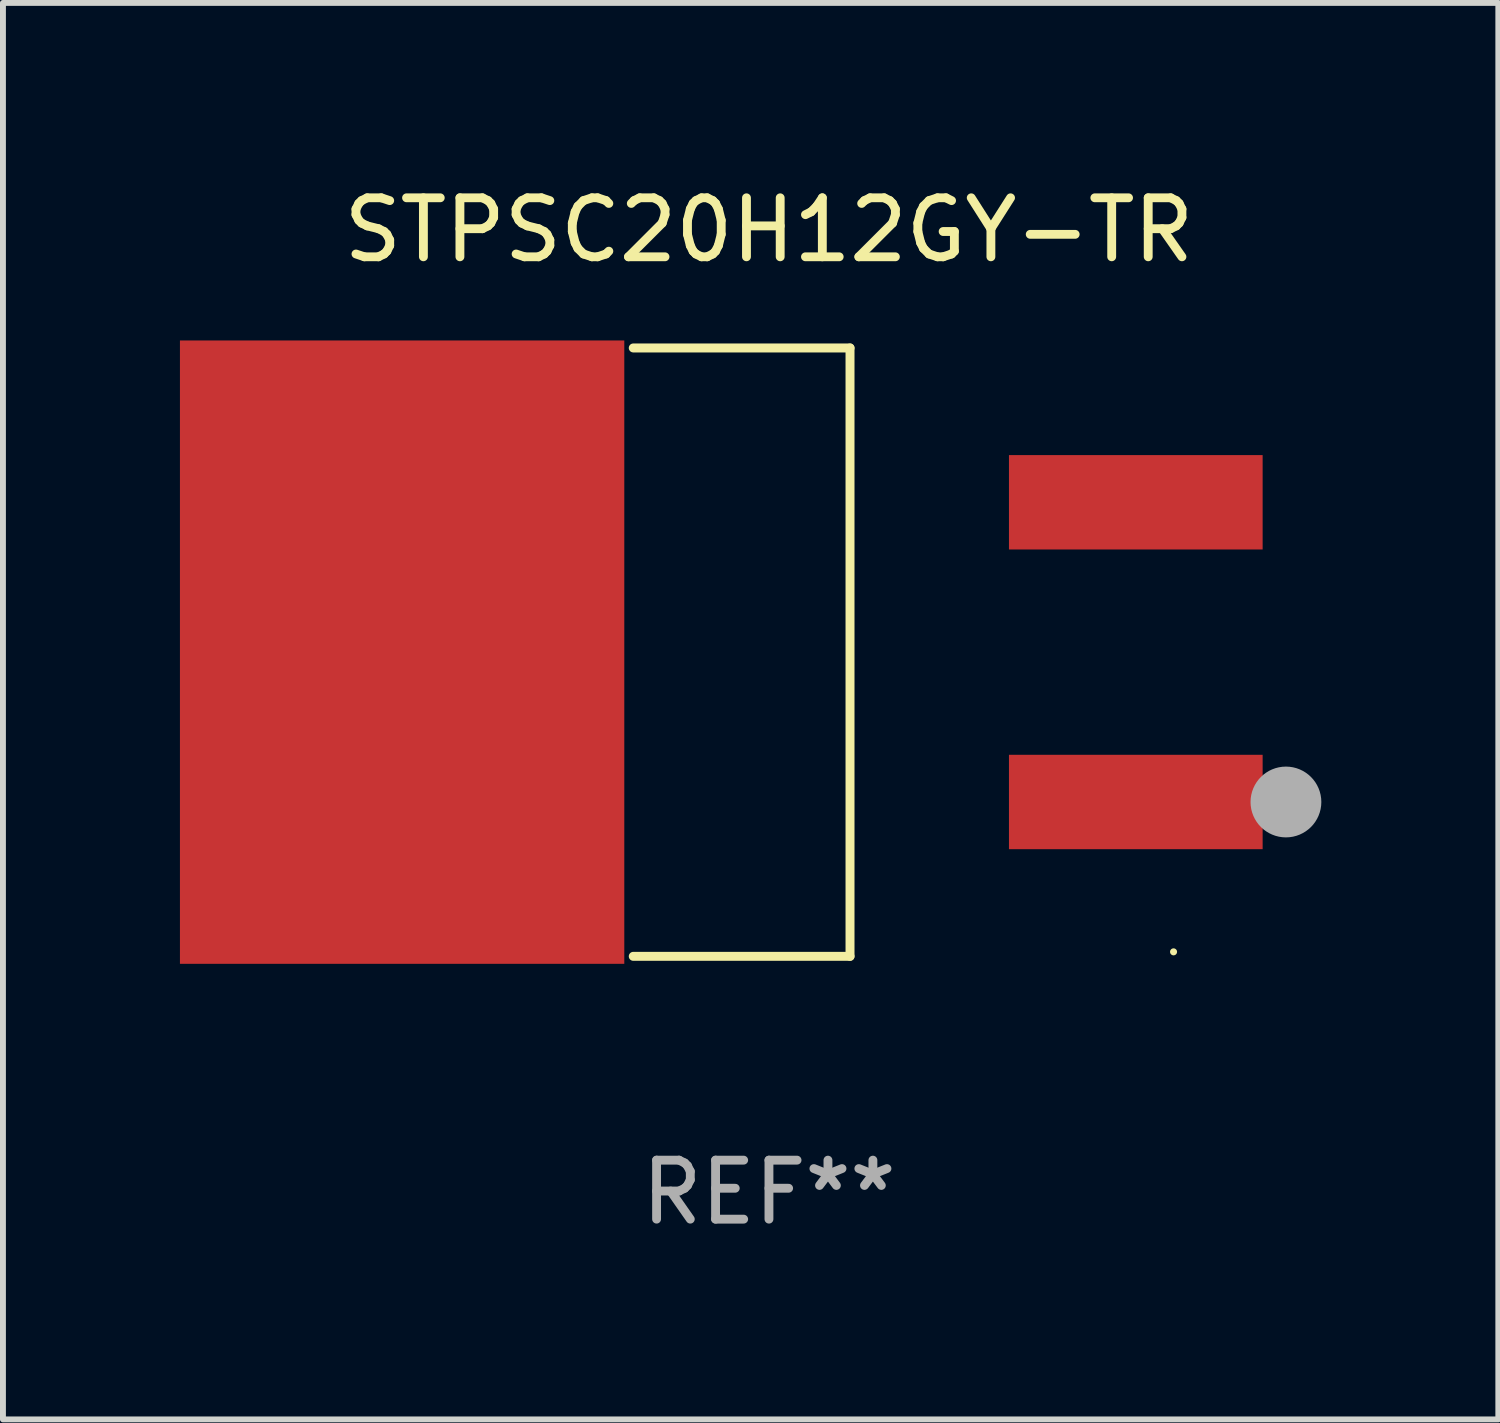
<source format=kicad_pcb>
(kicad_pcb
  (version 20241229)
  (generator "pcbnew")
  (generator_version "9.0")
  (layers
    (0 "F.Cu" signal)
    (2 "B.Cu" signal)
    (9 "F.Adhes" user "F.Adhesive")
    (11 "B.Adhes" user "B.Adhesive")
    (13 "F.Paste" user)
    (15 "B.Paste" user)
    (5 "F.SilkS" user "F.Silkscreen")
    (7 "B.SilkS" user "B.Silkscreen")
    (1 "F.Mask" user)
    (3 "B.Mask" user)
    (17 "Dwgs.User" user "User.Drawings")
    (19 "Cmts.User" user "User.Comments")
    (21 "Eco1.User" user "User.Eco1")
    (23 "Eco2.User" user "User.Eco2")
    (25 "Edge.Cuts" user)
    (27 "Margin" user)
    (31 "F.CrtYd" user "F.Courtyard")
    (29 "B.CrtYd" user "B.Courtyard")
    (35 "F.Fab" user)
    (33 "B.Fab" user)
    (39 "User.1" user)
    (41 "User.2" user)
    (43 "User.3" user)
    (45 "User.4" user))
  (footprint "STPSC20H12GY-TR"
    (layer "F.Cu")
    (at 9.984 8.004)
    (property "Reference" "STPSC20H12GY-TR" (at 0 -7.156 0) (layer "F.SilkS") (effects (font (size 1 1) (thickness 0.15))))
    (attr through_hole)
    (fp_line (start -2.3 -5.156) (end 1.374 -5.156) (stroke (width 0.152) (type solid)) (layer "F.SilkS"))
    (fp_line (start -2.3 5.156) (end 1.374 5.156) (stroke (width 0.152) (type solid)) (layer "F.SilkS"))
    (fp_line (start 1.374 5.156) (end 1.374 -5.156) (stroke (width 0.152) (type solid)) (layer "F.SilkS"))
    (fp_circle (center 6.858 5.08) (end 6.888 5.08) (stroke (width 0.06) (type solid)) (fill no) (layer "F.SilkS"))
    (fp_circle (center 8.763 2.54) (end 9.063 2.54) (stroke (width 0.6) (type solid)) (fill no) (layer "F.Fab"))
    (fp_text user "REF**" (at 0 9.156 0) (layer "F.Fab") (effects (font (size 1 1) (thickness 0.15))))
    (pad "1" smd rect (at 6.218 2.54 180) (size 4.3 1.6) (layers "F.Cu" "F.Mask" "F.Paste"))
    (pad "2" smd rect (at -6.218 0 180) (size 7.532 10.566) (layers "F.Cu" "F.Mask" "F.Paste"))
    (pad "3" smd rect (at 6.218 -2.54 180) (size 4.3 1.6) (layers "F.Cu" "F.Mask" "F.Paste")))
  (gr_rect
    (start -3 -3)
    (end 22.347 21.009)
    (stroke (width 0.1) (type default))
    (fill no)
    (layer "Edge.Cuts")))
</source>
